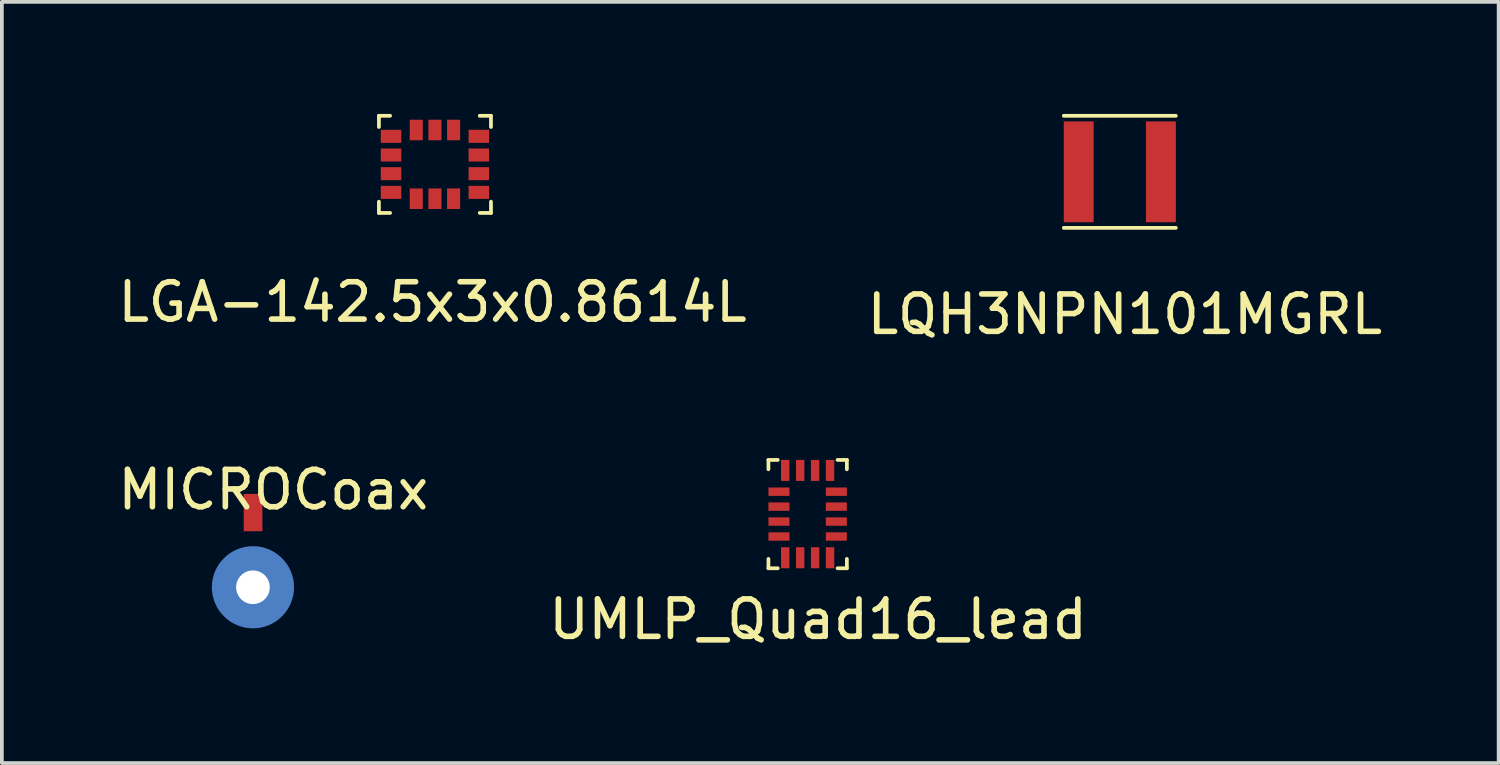
<source format=kicad_pcb>
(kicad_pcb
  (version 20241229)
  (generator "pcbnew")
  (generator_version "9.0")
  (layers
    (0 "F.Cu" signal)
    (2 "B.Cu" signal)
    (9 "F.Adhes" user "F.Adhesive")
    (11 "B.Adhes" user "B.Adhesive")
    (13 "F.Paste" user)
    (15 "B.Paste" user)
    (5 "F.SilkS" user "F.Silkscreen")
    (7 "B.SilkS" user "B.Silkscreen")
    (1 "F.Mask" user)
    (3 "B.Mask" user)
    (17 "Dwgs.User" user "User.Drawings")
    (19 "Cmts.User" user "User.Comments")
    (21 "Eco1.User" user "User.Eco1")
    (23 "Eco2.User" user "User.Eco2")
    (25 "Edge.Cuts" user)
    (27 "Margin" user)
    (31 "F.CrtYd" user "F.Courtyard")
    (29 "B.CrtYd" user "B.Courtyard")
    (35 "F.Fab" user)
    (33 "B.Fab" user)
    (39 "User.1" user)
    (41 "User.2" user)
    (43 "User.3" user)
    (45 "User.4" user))
  (footprint "LQH3NPN101MGRL"
    (layer "F.Cu")
    (at 26.929 1.55)
    (property "Reference" "LQH3NPN101MGRL" (at 0.136 3.815 0) (layer "F.SilkS") (effects (font (size 1 1) (thickness 0.15))))
    (attr through_hole)
    (fp_line (start -1.5 -1.5) (end 1.5 -1.5) (stroke (width 0.1) (type solid)) (layer "F.SilkS"))
    (fp_line (start -1.5 1.5) (end 1.5 1.5) (stroke (width 0.1) (type solid)) (layer "F.SilkS"))
    (pad "1" smd rect (at -1.1 0) (size 0.8 2.7) (layers "F.Cu" "F.Mask" "F.Paste"))
    (pad "2" smd rect (at 1.1 0) (size 0.8 2.7) (layers "F.Cu" "F.Mask" "F.Paste")))
  (footprint "LGA-142.5x3x0.8614L"
    (layer "F.Cu")
    (at 8.594 1.35)
    (property "Reference" "LGA-142.5x3x0.8614L" (at -0.064 3.688 0) (layer "F.SilkS") (effects (font (size 1 1) (thickness 0.15))))
    (attr through_hole)
    (fp_line (start -1.5 -1.3) (end -1.5 -1) (stroke (width 0.1) (type solid)) (layer "F.SilkS"))
    (fp_line (start -1.5 -1.3) (end -1.2 -1.3) (stroke (width 0.1) (type solid)) (layer "F.SilkS"))
    (fp_line (start -1.5 1.3) (end -1.5 1) (stroke (width 0.1) (type solid)) (layer "F.SilkS"))
    (fp_line (start -1.5 1.3) (end -1.2 1.3) (stroke (width 0.1) (type solid)) (layer "F.SilkS"))
    (fp_line (start 1.2 -1.3) (end 1.5 -1.3) (stroke (width 0.1) (type solid)) (layer "F.SilkS"))
    (fp_line (start 1.5 -1.3) (end 1.5 -1) (stroke (width 0.1) (type solid)) (layer "F.SilkS"))
    (fp_line (start 1.5 1.3) (end 1.2 1.3) (stroke (width 0.1) (type solid)) (layer "F.SilkS"))
    (fp_line (start 1.5 1.3) (end 1.5 1) (stroke (width 0.1) (type solid)) (layer "F.SilkS"))
    (pad "1" smd rect (at -1.175 -0.75) (size 0.55 0.35) (layers "F.Cu" "F.Mask" "F.Paste"))
    (pad "2" smd rect (at -1.175 -0.25) (size 0.55 0.35) (layers "F.Cu" "F.Mask" "F.Paste"))
    (pad "3" smd rect (at -1.175 0.25) (size 0.55 0.35) (layers "F.Cu" "F.Mask" "F.Paste"))
    (pad "4" smd rect (at -1.175 0.75) (size 0.55 0.35) (layers "F.Cu" "F.Mask" "F.Paste"))
    (pad "5" smd rect (at -0.5 0.92 90) (size 0.55 0.35) (layers "F.Cu" "F.Mask" "F.Paste"))
    (pad "6" smd rect (at 0 0.92 90) (size 0.55 0.35) (layers "F.Cu" "F.Mask" "F.Paste"))
    (pad "7" smd rect (at 0.5 0.92 90) (size 0.55 0.35) (layers "F.Cu" "F.Mask" "F.Paste"))
    (pad "8" smd rect (at 1.175 0.75) (size 0.55 0.35) (layers "F.Cu" "F.Mask" "F.Paste"))
    (pad "9" smd rect (at 1.175 0.25) (size 0.55 0.35) (layers "F.Cu" "F.Mask" "F.Paste"))
    (pad "10" smd rect (at 1.175 -0.25) (size 0.55 0.35) (layers "F.Cu" "F.Mask" "F.Paste"))
    (pad "11" smd rect (at 1.175 -0.75) (size 0.55 0.35) (layers "F.Cu" "F.Mask" "F.Paste"))
    (pad "12" smd rect (at 0.5 -0.92 90) (size 0.55 0.35) (layers "F.Cu" "F.Mask" "F.Paste"))
    (pad "13" smd rect (at 0 -0.92 90) (size 0.55 0.35) (layers "F.Cu" "F.Mask" "F.Paste"))
    (pad "14" smd rect (at -0.5 -0.92 90) (size 0.55 0.35) (layers "F.Cu" "F.Mask" "F.Paste")))
  (footprint "UMLP_Quad16_lead"
    (layer "F.Cu")
    (at 18.572 10.713)
    (property "Reference" "UMLP_Quad16_lead" (at 0.279 2.817 0) (layer "F.SilkS") (effects (font (size 1 1) (thickness 0.15))))
    (attr through_hole)
    (fp_line (start -1.05 -1.45) (end -1.05 -1.2) (stroke (width 0.1) (type solid)) (layer "F.SilkS"))
    (fp_line (start -1.05 1.2) (end -1.05 1.45) (stroke (width 0.1) (type solid)) (layer "F.SilkS"))
    (fp_line (start -1.05 1.45) (end -0.8 1.45) (stroke (width 0.1) (type solid)) (layer "F.SilkS"))
    (fp_line (start -0.8 -1.45) (end -1.05 -1.45) (stroke (width 0.1) (type solid)) (layer "F.SilkS"))
    (fp_line (start 0.8 -1.45) (end 1.05 -1.45) (stroke (width 0.1) (type solid)) (layer "F.SilkS"))
    (fp_line (start 1.05 -1.45) (end 1.05 -1.2) (stroke (width 0.1) (type solid)) (layer "F.SilkS"))
    (fp_line (start 1.05 1.2) (end 1.05 1.45) (stroke (width 0.1) (type solid)) (layer "F.SilkS"))
    (fp_line (start 1.05 1.45) (end 0.8 1.45) (stroke (width 0.1) (type solid)) (layer "F.SilkS"))
    (pad "1" smd rect (at -0.768 -0.6 90) (size 0.225 0.563) (layers "F.Cu" "F.Mask" "F.Paste"))
    (pad "2" smd rect (at -0.768 -0.2 90) (size 0.225 0.563) (layers "F.Cu" "F.Mask" "F.Paste"))
    (pad "3" smd rect (at -0.768 0.2 90) (size 0.225 0.563) (layers "F.Cu" "F.Mask" "F.Paste"))
    (pad "4" smd rect (at -0.768 0.6 90) (size 0.225 0.563) (layers "F.Cu" "F.Mask" "F.Paste"))
    (pad "5" smd rect (at -0.6 1.169) (size 0.225 0.563) (layers "F.Cu" "F.Mask" "F.Paste"))
    (pad "6" smd rect (at -0.2 1.169) (size 0.225 0.563) (layers "F.Cu" "F.Mask" "F.Paste"))
    (pad "7" smd rect (at 0.2 1.169) (size 0.225 0.563) (layers "F.Cu" "F.Mask" "F.Paste"))
    (pad "8" smd rect (at 0.6 1.169) (size 0.225 0.563) (layers "F.Cu" "F.Mask" "F.Paste"))
    (pad "9" smd rect (at 0.768 0.6 90) (size 0.225 0.563) (layers "F.Cu" "F.Mask" "F.Paste"))
    (pad "10" smd rect (at 0.768 0.2 90) (size 0.225 0.563) (layers "F.Cu" "F.Mask" "F.Paste"))
    (pad "11" smd rect (at 0.768 -0.2 90) (size 0.225 0.563) (layers "F.Cu" "F.Mask" "F.Paste"))
    (pad "12" smd rect (at 0.768 -0.6 90) (size 0.225 0.563) (layers "F.Cu" "F.Mask" "F.Paste"))
    (pad "13" smd rect (at 0.6 -1.169) (size 0.225 0.563) (layers "F.Cu" "F.Mask" "F.Paste"))
    (pad "14" smd rect (at 0.2 -1.169) (size 0.225 0.563) (layers "F.Cu" "F.Mask" "F.Paste"))
    (pad "15" smd rect (at -0.2 -1.169) (size 0.225 0.563) (layers "F.Cu" "F.Mask" "F.Paste"))
    (pad "16" smd rect (at -0.6 -1.169) (size 0.225 0.563) (layers "F.Cu" "F.Mask" "F.Paste")))
  (footprint "MICROCoax"
    (layer "F.Cu")
    (at 3.722 12.672)
    (property "Reference" "MICROCoax" (at 0.546 -2.611 0) (layer "F.SilkS") (effects (font (size 1 1) (thickness 0.15))))
    (attr through_hole)
    (pad "1" thru_hole circle (at 0 0) (size 1.3 1.3) (drill 0.9) (layers "*.Cu" "*.Mask"))
    (pad "2" smd rect (at 0.003 -2) (size 0.5 1) (layers "F.Cu" "F.Mask" "F.Paste"))
    (pad "3" smd circle (at 0 0) (size 2.2 2.2) (layers "B.Cu" "B.Mask" "B.Paste")))
  (gr_rect
    (start -3 -3)
    (end 37.071 17.378)
    (stroke (width 0.1) (type default))
    (fill no)
    (layer "Edge.Cuts")))
</source>
